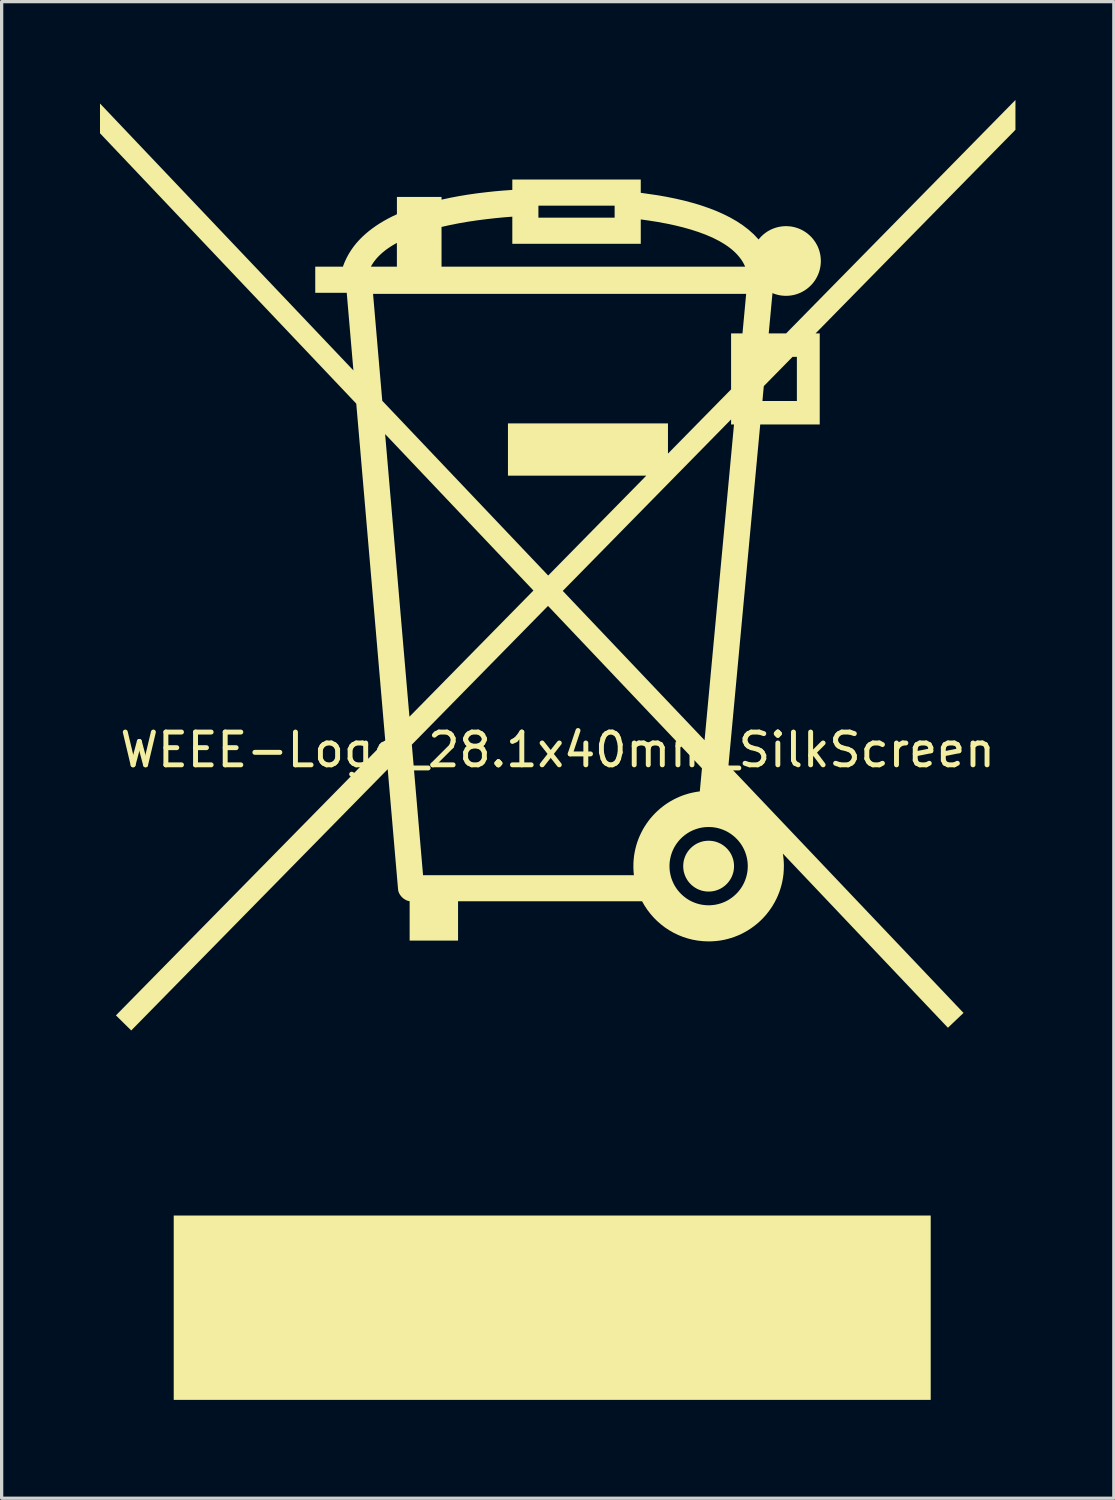
<source format=kicad_pcb>
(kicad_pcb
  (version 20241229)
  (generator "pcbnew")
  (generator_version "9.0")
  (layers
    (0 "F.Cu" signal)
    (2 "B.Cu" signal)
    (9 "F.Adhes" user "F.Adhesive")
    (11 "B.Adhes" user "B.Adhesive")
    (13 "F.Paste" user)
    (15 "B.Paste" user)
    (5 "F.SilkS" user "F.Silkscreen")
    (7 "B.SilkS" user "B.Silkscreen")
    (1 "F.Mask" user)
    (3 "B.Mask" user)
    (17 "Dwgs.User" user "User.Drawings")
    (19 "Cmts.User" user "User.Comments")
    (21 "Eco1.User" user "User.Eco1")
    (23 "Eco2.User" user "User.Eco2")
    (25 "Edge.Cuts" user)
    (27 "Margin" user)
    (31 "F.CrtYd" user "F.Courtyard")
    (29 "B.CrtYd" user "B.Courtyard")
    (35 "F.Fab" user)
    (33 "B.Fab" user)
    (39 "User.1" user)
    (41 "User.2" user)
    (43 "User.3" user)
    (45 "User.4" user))
  (footprint "WEEE-Logo_28.1x40mm_SilkScreen"
    (layer "F.Cu")
    (at 13.962 19.825)
    (property "Reference" "WEEE-Logo_28.1x40mm_SilkScreen" (at 0 0 0) (layer "F.SilkS") (effects (font (size 1 1) (thickness 0.15))))
    (attr exclude_from_pos_files exclude_from_bom allow_missing_courtyard)
    (fp_poly (pts (xy 11.377 19.825) (xy -11.713 19.825) (xy -11.713 14.202) (xy 11.377 14.202)) (stroke (width 0) (type solid)) (fill yes) (layer "F.SilkS"))
    (fp_poly (pts (xy 4.643 2.771) (xy 4.682 2.774) (xy 4.721 2.779) (xy 4.759 2.785) (xy 4.797 2.794) (xy 4.834 2.804) (xy 4.87 2.817) (xy 4.905 2.831) (xy 4.939 2.846) (xy 4.973 2.863) (xy 5.005 2.882) (xy 5.036 2.902) (xy 5.067 2.924) (xy 5.096 2.947) (xy 5.124 2.971) (xy 5.151 2.997) (xy 5.177 3.024) (xy 5.201 3.052) (xy 5.224 3.081) (xy 5.246 3.111) (xy 5.266 3.143) (xy 5.285 3.175) (xy 5.302 3.209) (xy 5.317 3.243) (xy 5.331 3.278) (xy 5.343 3.314) (xy 5.354 3.351) (xy 5.363 3.389) (xy 5.369 3.427) (xy 5.374 3.466) (xy 5.377 3.505) (xy 5.378 3.545) (xy 5.377 3.585) (xy 5.374 3.624) (xy 5.369 3.663) (xy 5.363 3.701) (xy 5.354 3.739) (xy 5.343 3.775) (xy 5.331 3.811) (xy 5.317 3.847) (xy 5.302 3.881) (xy 5.285 3.914) (xy 5.266 3.947) (xy 5.246 3.978) (xy 5.224 4.009) (xy 5.201 4.038) (xy 5.177 4.066) (xy 5.151 4.093) (xy 5.124 4.119) (xy 5.096 4.143) (xy 5.067 4.166) (xy 5.036 4.188) (xy 5.005 4.208) (xy 4.973 4.227) (xy 4.939 4.244) (xy 4.905 4.259) (xy 4.87 4.273) (xy 4.834 4.285) (xy 4.797 4.296) (xy 4.759 4.304) (xy 4.721 4.311) (xy 4.682 4.316) (xy 4.643 4.319) (xy 4.603 4.32) (xy 4.563 4.319) (xy 4.524 4.316) (xy 4.485 4.311) (xy 4.447 4.304) (xy 4.409 4.296) (xy 4.372 4.285) (xy 4.336 4.273) (xy 4.301 4.259) (xy 4.267 4.244) (xy 4.233 4.227) (xy 4.201 4.208) (xy 4.17 4.188) (xy 4.139 4.166) (xy 4.11 4.143) (xy 4.082 4.119) (xy 4.055 4.093) (xy 4.029 4.066) (xy 4.005 4.038) (xy 3.982 4.009) (xy 3.96 3.978) (xy 3.94 3.947) (xy 3.921 3.914) (xy 3.904 3.881) (xy 3.889 3.847) (xy 3.875 3.811) (xy 3.863 3.775) (xy 3.852 3.739) (xy 3.843 3.701) (xy 3.837 3.663) (xy 3.832 3.624) (xy 3.829 3.585) (xy 3.828 3.545) (xy 3.829 3.505) (xy 3.832 3.466) (xy 3.837 3.427) (xy 3.843 3.389) (xy 3.852 3.351) (xy 3.863 3.314) (xy 3.875 3.278) (xy 3.889 3.243) (xy 3.904 3.209) (xy 3.921 3.175) (xy 3.94 3.143) (xy 3.96 3.111) (xy 3.982 3.081) (xy 4.005 3.052) (xy 4.029 3.024) (xy 4.055 2.997) (xy 4.082 2.971) (xy 4.11 2.947) (xy 4.139 2.924) (xy 4.17 2.902) (xy 4.201 2.882) (xy 4.233 2.863) (xy 4.267 2.846) (xy 4.301 2.831) (xy 4.336 2.817) (xy 4.372 2.804) (xy 4.409 2.794) (xy 4.447 2.785) (xy 4.485 2.779) (xy 4.524 2.774) (xy 4.563 2.771) (xy 4.603 2.77)) (stroke (width 0) (type solid)) (fill yes) (layer "F.SilkS"))
    (fp_poly (pts (xy 13.962 -18.916) (xy 7.866 -12.706) (xy 7.992 -12.706) (xy 7.992 -9.927) (xy 6.177 -9.927) (xy 5.208 0.472) (xy 12.378 8.022) (xy 11.902 8.474) (xy 6.867 3.162) (xy 6.874 3.209) (xy 6.88 3.256) (xy 6.886 3.304) (xy 6.89 3.351) (xy 6.894 3.399) (xy 6.896 3.448) (xy 6.898 3.496) (xy 6.898 3.545) (xy 6.895 3.663) (xy 6.887 3.78) (xy 6.872 3.894) (xy 6.852 4.007) (xy 6.826 4.119) (xy 6.795 4.227) (xy 6.759 4.334) (xy 6.718 4.438) (xy 6.672 4.54) (xy 6.621 4.639) (xy 6.566 4.735) (xy 6.506 4.828) (xy 6.442 4.918) (xy 6.374 5.005) (xy 6.302 5.088) (xy 6.226 5.168) (xy 6.146 5.244) (xy 6.063 5.316) (xy 5.976 5.384) (xy 5.886 5.448) (xy 5.793 5.508) (xy 5.697 5.563) (xy 5.598 5.614) (xy 5.496 5.66) (xy 5.392 5.701) (xy 5.286 5.737) (xy 5.177 5.768) (xy 5.066 5.794) (xy 4.953 5.814) (xy 4.838 5.828) (xy 4.721 5.837) (xy 4.603 5.84) (xy 4.439 5.834) (xy 4.279 5.817) (xy 4.122 5.79) (xy 3.969 5.751) (xy 3.82 5.703) (xy 3.675 5.645) (xy 3.536 5.578) (xy 3.402 5.501) (xy 3.274 5.417) (xy 3.153 5.324) (xy 3.037 5.223) (xy 2.929 5.115) (xy 2.828 5) (xy 2.735 4.879) (xy 2.65 4.751) (xy 2.573 4.617) (xy -3.04 4.617) (xy -3.04 5.816) (xy -4.517 5.816) (xy -4.517 4.614) (xy -4.533 4.612) (xy -4.549 4.608) (xy -4.565 4.604) (xy -4.581 4.599) (xy -4.597 4.593) (xy -4.612 4.587) (xy -4.628 4.58) (xy -4.643 4.572) (xy -4.672 4.554) (xy -4.701 4.535) (xy -4.727 4.513) (xy -4.753 4.489) (xy -4.776 4.464) (xy -4.797 4.437) (xy -4.816 4.408) (xy -4.825 4.394) (xy -4.833 4.379) (xy -4.84 4.364) (xy -4.847 4.348) (xy -4.853 4.333) (xy -4.858 4.317) (xy -4.862 4.301) (xy -4.866 4.285) (xy -4.868 4.269) (xy -4.87 4.253) (xy -5.186 0.588) (xy -13.009 8.557) (xy -13.476 8.097) (xy -5.361 -0.161) (xy -4.45 -0.161) (xy -4.108 3.82) (xy 2.324 3.82) (xy 2.32 3.786) (xy 2.317 3.752) (xy 2.314 3.718) (xy 2.312 3.684) (xy 2.31 3.649) (xy 2.309 3.615) (xy 2.308 3.58) (xy 2.308 3.545) (xy 3.409 3.545) (xy 3.411 3.606) (xy 3.415 3.667) (xy 3.423 3.727) (xy 3.434 3.785) (xy 3.447 3.843) (xy 3.463 3.9) (xy 3.482 3.955) (xy 3.503 4.009) (xy 3.527 4.062) (xy 3.553 4.114) (xy 3.582 4.164) (xy 3.613 4.212) (xy 3.646 4.259) (xy 3.682 4.304) (xy 3.719 4.347) (xy 3.759 4.389) (xy 3.8 4.428) (xy 3.844 4.466) (xy 3.889 4.501) (xy 3.936 4.535) (xy 3.984 4.566) (xy 4.034 4.595) (xy 4.085 4.621) (xy 4.138 4.645) (xy 4.193 4.666) (xy 4.248 4.685) (xy 4.305 4.701) (xy 4.362 4.714) (xy 4.421 4.725) (xy 4.481 4.732) (xy 4.542 4.737) (xy 4.603 4.739) (xy 4.664 4.737) (xy 4.725 4.732) (xy 4.785 4.725) (xy 4.844 4.714) (xy 4.901 4.701) (xy 4.958 4.685) (xy 5.013 4.666) (xy 5.068 4.645) (xy 5.121 4.621) (xy 5.172 4.595) (xy 5.222 4.566) (xy 5.27 4.535) (xy 5.317 4.501) (xy 5.362 4.466) (xy 5.406 4.428) (xy 5.447 4.389) (xy 5.487 4.347) (xy 5.524 4.304) (xy 5.56 4.259) (xy 5.593 4.212) (xy 5.624 4.164) (xy 5.653 4.114) (xy 5.679 4.062) (xy 5.703 4.009) (xy 5.724 3.955) (xy 5.743 3.9) (xy 5.759 3.843) (xy 5.772 3.785) (xy 5.783 3.727) (xy 5.791 3.667) (xy 5.795 3.606) (xy 5.797 3.545) (xy 5.795 3.483) (xy 5.791 3.423) (xy 5.783 3.363) (xy 5.772 3.304) (xy 5.759 3.247) (xy 5.743 3.19) (xy 5.724 3.134) (xy 5.703 3.08) (xy 5.679 3.027) (xy 5.653 2.976) (xy 5.624 2.926) (xy 5.593 2.877) (xy 5.56 2.831) (xy 5.524 2.786) (xy 5.487 2.742) (xy 5.447 2.701) (xy 5.406 2.661) (xy 5.362 2.624) (xy 5.317 2.588) (xy 5.27 2.555) (xy 5.222 2.524) (xy 5.172 2.495) (xy 5.121 2.469) (xy 5.068 2.445) (xy 5.013 2.424) (xy 4.958 2.405) (xy 4.901 2.389) (xy 4.844 2.375) (xy 4.785 2.365) (xy 4.725 2.357) (xy 4.664 2.353) (xy 4.603 2.351) (xy 4.542 2.353) (xy 4.481 2.357) (xy 4.421 2.365) (xy 4.362 2.375) (xy 4.305 2.389) (xy 4.248 2.405) (xy 4.193 2.424) (xy 4.138 2.445) (xy 4.085 2.469) (xy 4.034 2.495) (xy 3.984 2.524) (xy 3.936 2.555) (xy 3.889 2.588) (xy 3.844 2.624) (xy 3.8 2.661) (xy 3.759 2.701) (xy 3.719 2.742) (xy 3.682 2.786) (xy 3.646 2.831) (xy 3.613 2.877) (xy 3.582 2.926) (xy 3.553 2.976) (xy 3.527 3.027) (xy 3.503 3.08) (xy 3.482 3.134) (xy 3.463 3.19) (xy 3.447 3.247) (xy 3.434 3.304) (xy 3.423 3.363) (xy 3.415 3.423) (xy 3.411 3.483) (xy 3.409 3.545) (xy 2.308 3.545) (xy 2.31 3.435) (xy 2.318 3.327) (xy 2.33 3.22) (xy 2.348 3.115) (xy 2.37 3.011) (xy 2.397 2.909) (xy 2.428 2.809) (xy 2.464 2.711) (xy 2.504 2.615) (xy 2.548 2.522) (xy 2.596 2.43) (xy 2.648 2.342) (xy 2.704 2.255) (xy 2.763 2.172) (xy 2.826 2.091) (xy 2.893 2.014) (xy 2.963 1.939) (xy 3.036 1.868) (xy 3.112 1.799) (xy 3.191 1.735) (xy 3.273 1.673) (xy 3.358 1.616) (xy 3.446 1.562) (xy 3.536 1.512) (xy 3.628 1.466) (xy 3.723 1.424) (xy 3.82 1.386) (xy 3.919 1.353) (xy 4.02 1.324) (xy 4.123 1.3) (xy 4.228 1.28) (xy 4.334 1.265) (xy 4.4 0.56) (xy -0.296 -4.393) (xy -4.45 -0.161) (xy -5.361 -0.161) (xy -5.259 -0.265) (xy -6.065 -9.635) (xy -5.265 -9.635) (xy -4.523 -1.013) (xy -0.752 -4.851) (xy 0.154 -4.851) (xy 4.479 -0.296) (xy 5.377 -9.927) (xy 5.288 -9.927) (xy 5.288 -10.081) (xy 0.154 -4.851) (xy -0.752 -4.851) (xy -0.741 -4.863) (xy -5.265 -9.635) (xy -6.065 -9.635) (xy -6.145 -10.563) (xy -13.962 -18.81) (xy -13.962 -19.718) (xy -6.232 -11.576) (xy -6.433 -13.911) (xy -5.633 -13.911) (xy -5.352 -10.65) (xy -0.291 -5.32) (xy 2.702 -8.366) (xy -1.518 -8.366) (xy -1.518 -9.96) (xy 3.363 -9.96) (xy 3.363 -9.039) (xy 4.94 -10.644) (xy 6.244 -10.644) (xy 7.295 -10.644) (xy 7.295 -11.989) (xy 7.162 -11.989) (xy 6.286 -11.097) (xy 6.244 -10.644) (xy 4.94 -10.644) (xy 5.288 -10.998) (xy 5.288 -12.706) (xy 5.636 -12.706) (xy 5.748 -13.911) (xy -5.633 -13.911) (xy -6.433 -13.911) (xy -6.436 -13.944) (xy -7.396 -13.944) (xy -7.396 -14.741) (xy -6.551 -14.741) (xy -6.551 -14.741) (xy -5.699 -14.741) (xy -4.906 -14.741) (xy -4.906 -15.466) (xy -4.972 -15.429) (xy -5.037 -15.391) (xy -5.099 -15.352) (xy -5.159 -15.312) (xy -5.218 -15.27) (xy -5.274 -15.228) (xy -5.328 -15.184) (xy -5.379 -15.14) (xy -5.428 -15.094) (xy -5.475 -15.047) (xy -5.519 -14.999) (xy -5.56 -14.95) (xy -5.599 -14.9) (xy -5.635 -14.848) (xy -5.669 -14.795) (xy -5.699 -14.741) (xy -6.551 -14.741) (xy -6.545 -14.758) (xy -6.539 -14.776) (xy -6.533 -14.795) (xy -6.526 -14.814) (xy -6.518 -14.834) (xy -6.51 -14.854) (xy -6.501 -14.875) (xy -6.492 -14.897) (xy -6.436 -15.016) (xy -6.373 -15.132) (xy -6.303 -15.243) (xy -6.228 -15.35) (xy -6.146 -15.453) (xy -6.058 -15.552) (xy -5.964 -15.647) (xy -5.865 -15.738) (xy -5.761 -15.826) (xy -5.652 -15.909) (xy -5.59 -15.953) (xy -3.544 -15.953) (xy -3.544 -14.741) (xy 5.717 -14.741) (xy 5.68 -14.82) (xy 5.637 -14.897) (xy 5.588 -14.971) (xy 5.533 -15.042) (xy 5.474 -15.111) (xy 5.409 -15.177) (xy 5.339 -15.241) (xy 5.264 -15.303) (xy 5.185 -15.362) (xy 5.101 -15.419) (xy 5.013 -15.473) (xy 4.921 -15.526) (xy 4.726 -15.625) (xy 4.516 -15.715) (xy 4.295 -15.797) (xy 4.063 -15.872) (xy 3.822 -15.94) (xy 3.573 -16.001) (xy 3.318 -16.055) (xy 3.059 -16.103) (xy 2.796 -16.145) (xy 2.533 -16.182) (xy 2.533 -15.438) (xy -1.385 -15.438) (xy -1.385 -16.235) (xy -0.589 -16.235) (xy 1.736 -16.235) (xy 1.736 -16.601) (xy -0.589 -16.601) (xy -0.589 -16.235) (xy -1.385 -16.235) (xy -1.385 -16.266) (xy -1.649 -16.245) (xy -1.917 -16.219) (xy -2.189 -16.188) (xy -2.463 -16.153) (xy -2.737 -16.112) (xy -3.01 -16.065) (xy -3.279 -16.012) (xy -3.544 -15.953) (xy -5.59 -15.953) (xy -5.538 -15.99) (xy -5.42 -16.067) (xy -5.297 -16.14) (xy -5.17 -16.21) (xy -5.04 -16.277) (xy -4.905 -16.34) (xy -4.905 -16.867) (xy -3.544 -16.867) (xy -3.544 -16.785) (xy -3.276 -16.843) (xy -3.005 -16.894) (xy -2.733 -16.939) (xy -2.461 -16.978) (xy -2.188 -17.011) (xy -1.918 -17.04) (xy -1.65 -17.063) (xy -1.385 -17.082) (xy -1.385 -17.398) (xy 2.533 -17.398) (xy 2.533 -16.994) (xy 3.063 -16.917) (xy 3.327 -16.87) (xy 3.588 -16.817) (xy 3.846 -16.758) (xy 4.099 -16.691) (xy 4.346 -16.618) (xy 4.586 -16.536) (xy 4.819 -16.447) (xy 5.042 -16.349) (xy 5.255 -16.243) (xy 5.456 -16.128) (xy 5.646 -16.003) (xy 5.821 -15.869) (xy 5.982 -15.725) (xy 6.127 -15.57) (xy 6.165 -15.615) (xy 6.205 -15.659) (xy 6.247 -15.699) (xy 6.292 -15.738) (xy 6.339 -15.774) (xy 6.387 -15.808) (xy 6.438 -15.838) (xy 6.491 -15.866) (xy 6.545 -15.891) (xy 6.601 -15.913) (xy 6.658 -15.932) (xy 6.717 -15.948) (xy 6.776 -15.96) (xy 6.838 -15.969) (xy 6.9 -15.975) (xy 6.963 -15.977) (xy 7.018 -15.975) (xy 7.072 -15.971) (xy 7.125 -15.965) (xy 7.177 -15.955) (xy 7.229 -15.943) (xy 7.279 -15.929) (xy 7.328 -15.912) (xy 7.377 -15.893) (xy 7.424 -15.872) (xy 7.469 -15.849) (xy 7.514 -15.823) (xy 7.557 -15.795) (xy 7.599 -15.766) (xy 7.639 -15.734) (xy 7.677 -15.701) (xy 7.714 -15.666) (xy 7.75 -15.629) (xy 7.783 -15.59) (xy 7.814 -15.55) (xy 7.844 -15.508) (xy 7.872 -15.465) (xy 7.897 -15.421) (xy 7.921 -15.375) (xy 7.942 -15.328) (xy 7.961 -15.28) (xy 7.978 -15.23) (xy 7.992 -15.18) (xy 8.004 -15.128) (xy 8.013 -15.076) (xy 8.02 -15.023) (xy 8.024 -14.969) (xy 8.026 -14.914) (xy 8.024 -14.86) (xy 8.02 -14.806) (xy 8.013 -14.752) (xy 8.004 -14.7) (xy 7.992 -14.649) (xy 7.978 -14.598) (xy 7.961 -14.549) (xy 7.942 -14.501) (xy 7.921 -14.454) (xy 7.897 -14.408) (xy 7.872 -14.363) (xy 7.844 -14.32) (xy 7.814 -14.278) (xy 7.783 -14.238) (xy 7.75 -14.2) (xy 7.714 -14.163) (xy 7.677 -14.128) (xy 7.639 -14.094) (xy 7.599 -14.063) (xy 7.557 -14.033) (xy 7.514 -14.005) (xy 7.469 -13.98) (xy 7.424 -13.956) (xy 7.377 -13.935) (xy 7.328 -13.916) (xy 7.279 -13.899) (xy 7.229 -13.885) (xy 7.177 -13.873) (xy 7.125 -13.864) (xy 7.072 -13.857) (xy 7.018 -13.853) (xy 6.963 -13.852) (xy 6.936 -13.852) (xy 6.909 -13.853) (xy 6.882 -13.855) (xy 6.855 -13.857) (xy 6.828 -13.86) (xy 6.802 -13.864) (xy 6.776 -13.868) (xy 6.75 -13.873) (xy 6.724 -13.879) (xy 6.698 -13.885) (xy 6.673 -13.892) (xy 6.648 -13.899) (xy 6.623 -13.907) (xy 6.599 -13.916) (xy 6.575 -13.925) (xy 6.551 -13.935) (xy 6.436 -12.706) (xy 6.967 -12.706) (xy 13.962 -19.825)) (stroke (width 0) (type solid)) (fill yes) (layer "F.SilkS")))
  (gr_rect
    (start -3 -3)
    (end 30.925 42.65)
    (stroke (width 0.1) (type default))
    (fill no)
    (layer "Edge.Cuts")))
</source>
